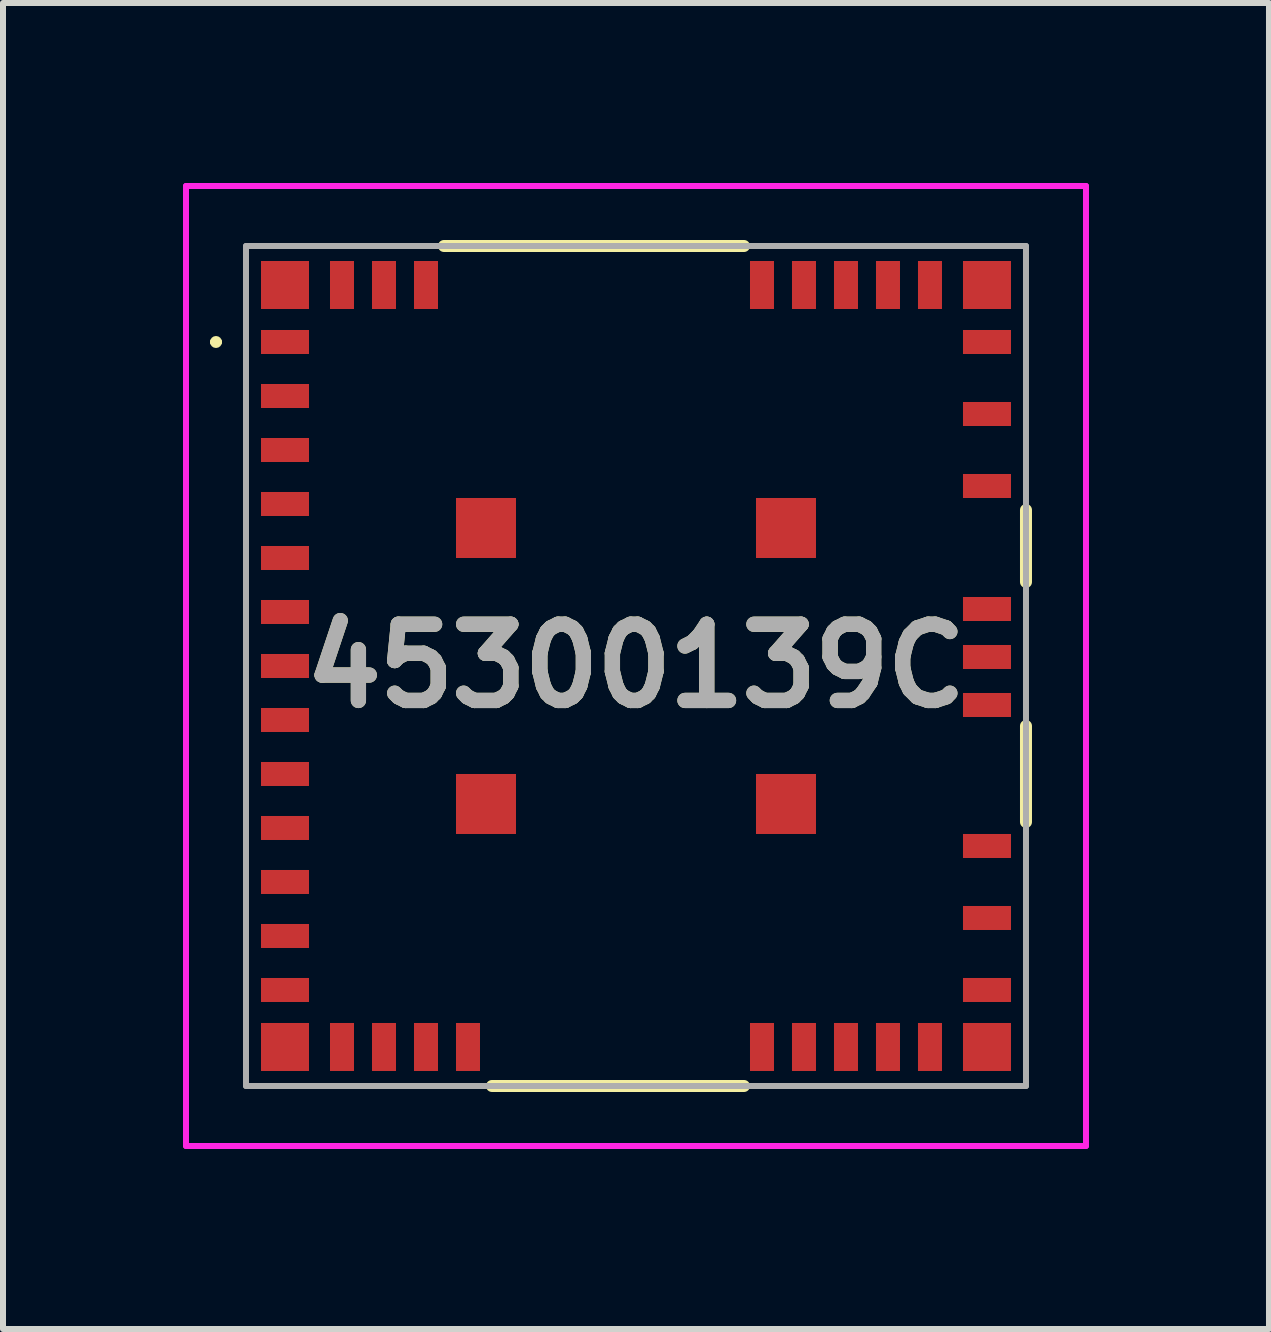
<source format=kicad_pcb>
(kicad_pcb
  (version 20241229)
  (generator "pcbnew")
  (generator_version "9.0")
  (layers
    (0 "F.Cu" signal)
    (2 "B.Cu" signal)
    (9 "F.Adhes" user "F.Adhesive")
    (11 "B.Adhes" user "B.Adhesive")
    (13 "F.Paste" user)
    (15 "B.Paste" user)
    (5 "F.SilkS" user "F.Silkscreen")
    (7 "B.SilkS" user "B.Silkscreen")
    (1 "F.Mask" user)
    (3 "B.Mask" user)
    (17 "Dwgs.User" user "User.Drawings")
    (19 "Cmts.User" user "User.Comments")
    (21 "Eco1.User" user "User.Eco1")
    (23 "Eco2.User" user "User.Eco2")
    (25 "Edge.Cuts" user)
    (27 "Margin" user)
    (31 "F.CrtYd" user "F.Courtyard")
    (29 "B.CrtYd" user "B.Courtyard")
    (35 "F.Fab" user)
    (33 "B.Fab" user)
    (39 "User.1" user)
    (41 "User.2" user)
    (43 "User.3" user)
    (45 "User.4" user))
  (footprint "45300139C"
    (layer "F.Cu")
    (at 7.55 8.05)
    (property "Reference" "45300139C" (at 0 0 0) (layer "F.SilkS") (effects (font (size 1.27 1.27) (thickness 0.254))))
    (attr smd)
    (fp_line (start -7.05 -5.4) (end -7.05 -5.4) (stroke (width 0.1) (type solid)) (layer "F.SilkS"))
    (fp_line (start -6.95 -5.4) (end -6.95 -5.4) (stroke (width 0.1) (type solid)) (layer "F.SilkS"))
    (fp_line (start -3.2 -7) (end 1.8 -7) (stroke (width 0.2) (type solid)) (layer "F.SilkS"))
    (fp_line (start 1.8 7) (end -2.4 7) (stroke (width 0.2) (type solid)) (layer "F.SilkS"))
    (fp_line (start 6.5 -2.6) (end 6.5 -1.4) (stroke (width 0.2) (type solid)) (layer "F.SilkS"))
    (fp_line (start 6.5 1) (end 6.5 2.6) (stroke (width 0.2) (type solid)) (layer "F.SilkS"))
    (fp_arc (start -7.05 -5.4) (mid -7 -5.45) (end -6.95 -5.4) (stroke (width 0.1) (type solid)) (layer "F.SilkS"))
    (fp_arc (start -6.95 -5.4) (mid -7 -5.35) (end -7.05 -5.4) (stroke (width 0.1) (type solid)) (layer "F.SilkS"))
    (fp_line (start -7.5 -8) (end 7.5 -8) (stroke (width 0.1) (type solid)) (layer "F.CrtYd"))
    (fp_line (start -7.5 8) (end -7.5 -8) (stroke (width 0.1) (type solid)) (layer "F.CrtYd"))
    (fp_line (start 7.5 -8) (end 7.5 8) (stroke (width 0.1) (type solid)) (layer "F.CrtYd"))
    (fp_line (start 7.5 8) (end -7.5 8) (stroke (width 0.1) (type solid)) (layer "F.CrtYd"))
    (fp_line (start -6.5 -7) (end 6.5 -7) (stroke (width 0.1) (type solid)) (layer "F.Fab"))
    (fp_line (start -6.5 7) (end -6.5 -7) (stroke (width 0.1) (type solid)) (layer "F.Fab"))
    (fp_line (start 6.5 -7) (end 6.5 7) (stroke (width 0.1) (type solid)) (layer "F.Fab"))
    (fp_line (start 6.5 7) (end -6.5 7) (stroke (width 0.1) (type solid)) (layer "F.Fab"))
    (fp_text user "${REFERENCE}" (at 0 0 0) (layer "F.Fab") (effects (font (size 1.27 1.27) (thickness 0.254))))
    (pad "1" smd rect (at -5.85 -5.4 90) (size 0.4 0.8) (layers "F.Cu" "F.Mask" "F.Paste"))
    (pad "2" smd rect (at -5.85 -4.5 90) (size 0.4 0.8) (layers "F.Cu" "F.Mask" "F.Paste"))
    (pad "3" smd rect (at -5.85 -3.6 90) (size 0.4 0.8) (layers "F.Cu" "F.Mask" "F.Paste"))
    (pad "4" smd rect (at -5.85 -2.7 90) (size 0.4 0.8) (layers "F.Cu" "F.Mask" "F.Paste"))
    (pad "5" smd rect (at -5.85 -1.8 90) (size 0.4 0.8) (layers "F.Cu" "F.Mask" "F.Paste"))
    (pad "6" smd rect (at -5.85 -0.9 90) (size 0.4 0.8) (layers "F.Cu" "F.Mask" "F.Paste"))
    (pad "7" smd rect (at -5.85 0 90) (size 0.4 0.8) (layers "F.Cu" "F.Mask" "F.Paste"))
    (pad "8" smd rect (at -5.85 0.9 90) (size 0.4 0.8) (layers "F.Cu" "F.Mask" "F.Paste"))
    (pad "9" smd rect (at -5.85 1.8 90) (size 0.4 0.8) (layers "F.Cu" "F.Mask" "F.Paste"))
    (pad "10" smd rect (at -5.85 2.7 90) (size 0.4 0.8) (layers "F.Cu" "F.Mask" "F.Paste"))
    (pad "11" smd rect (at -5.85 3.6 90) (size 0.4 0.8) (layers "F.Cu" "F.Mask" "F.Paste"))
    (pad "12" smd rect (at -5.85 4.5 90) (size 0.4 0.8) (layers "F.Cu" "F.Mask" "F.Paste"))
    (pad "13" smd rect (at -5.85 5.4 90) (size 0.4 0.8) (layers "F.Cu" "F.Mask" "F.Paste"))
    (pad "14" smd rect (at -4.9 6.35) (size 0.4 0.8) (layers "F.Cu" "F.Mask" "F.Paste"))
    (pad "15" smd rect (at -4.2 6.35) (size 0.4 0.8) (layers "F.Cu" "F.Mask" "F.Paste"))
    (pad "16" smd rect (at -3.5 6.35) (size 0.4 0.8) (layers "F.Cu" "F.Mask" "F.Paste"))
    (pad "17" smd rect (at -2.8 6.35) (size 0.4 0.8) (layers "F.Cu" "F.Mask" "F.Paste"))
    (pad "18" smd rect (at 2.1 6.35) (size 0.4 0.8) (layers "F.Cu" "F.Mask" "F.Paste"))
    (pad "19" smd rect (at 2.8 6.35) (size 0.4 0.8) (layers "F.Cu" "F.Mask" "F.Paste"))
    (pad "20" smd rect (at 3.5 6.35) (size 0.4 0.8) (layers "F.Cu" "F.Mask" "F.Paste"))
    (pad "21" smd rect (at 4.2 6.35) (size 0.4 0.8) (layers "F.Cu" "F.Mask" "F.Paste"))
    (pad "22" smd rect (at 4.9 6.35) (size 0.4 0.8) (layers "F.Cu" "F.Mask" "F.Paste"))
    (pad "23" smd rect (at 5.85 5.4 90) (size 0.4 0.8) (layers "F.Cu" "F.Mask" "F.Paste"))
    (pad "24" smd rect (at 5.85 4.2 90) (size 0.4 0.8) (layers "F.Cu" "F.Mask" "F.Paste"))
    (pad "25" smd rect (at 5.85 3 90) (size 0.4 0.8) (layers "F.Cu" "F.Mask" "F.Paste"))
    (pad "26" smd rect (at 5.85 0.65 90) (size 0.4 0.8) (layers "F.Cu" "F.Mask" "F.Paste"))
    (pad "27" smd rect (at 5.85 -0.15 90) (size 0.4 0.8) (layers "F.Cu" "F.Mask" "F.Paste"))
    (pad "28" smd rect (at 5.85 -0.95 90) (size 0.4 0.8) (layers "F.Cu" "F.Mask" "F.Paste"))
    (pad "29" smd rect (at 5.85 -3 90) (size 0.4 0.8) (layers "F.Cu" "F.Mask" "F.Paste"))
    (pad "30" smd rect (at 5.85 -4.2 90) (size 0.4 0.8) (layers "F.Cu" "F.Mask" "F.Paste"))
    (pad "31" smd rect (at 5.85 -5.4 90) (size 0.4 0.8) (layers "F.Cu" "F.Mask" "F.Paste"))
    (pad "32" smd rect (at 4.9 -6.35) (size 0.4 0.8) (layers "F.Cu" "F.Mask" "F.Paste"))
    (pad "33" smd rect (at 4.2 -6.35) (size 0.4 0.8) (layers "F.Cu" "F.Mask" "F.Paste"))
    (pad "34" smd rect (at 3.5 -6.35) (size 0.4 0.8) (layers "F.Cu" "F.Mask" "F.Paste"))
    (pad "35" smd rect (at 2.8 -6.35) (size 0.4 0.8) (layers "F.Cu" "F.Mask" "F.Paste"))
    (pad "36" smd rect (at 2.1 -6.35) (size 0.4 0.8) (layers "F.Cu" "F.Mask" "F.Paste"))
    (pad "37" smd rect (at -3.5 -6.35) (size 0.4 0.8) (layers "F.Cu" "F.Mask" "F.Paste"))
    (pad "38" smd rect (at -4.2 -6.35) (size 0.4 0.8) (layers "F.Cu" "F.Mask" "F.Paste"))
    (pad "39" smd rect (at -4.9 -6.35) (size 0.4 0.8) (layers "F.Cu" "F.Mask" "F.Paste"))
    (pad "40" smd rect (at -5.85 -6.35 90) (size 0.8 0.8) (layers "F.Cu" "F.Mask" "F.Paste"))
    (pad "41" smd rect (at -5.85 6.35 90) (size 0.8 0.8) (layers "F.Cu" "F.Mask" "F.Paste"))
    (pad "42" smd rect (at 5.85 6.35 90) (size 0.8 0.8) (layers "F.Cu" "F.Mask" "F.Paste"))
    (pad "43" smd rect (at 5.85 -6.35 90) (size 0.8 0.8) (layers "F.Cu" "F.Mask" "F.Paste"))
    (pad "44" smd rect (at 2.5 -2.3 90) (size 1 1) (layers "F.Cu" "F.Mask" "F.Paste"))
    (pad "45" smd rect (at -2.5 -2.3 90) (size 1 1) (layers "F.Cu" "F.Mask" "F.Paste"))
    (pad "46" smd rect (at 2.5 2.3 90) (size 1 1) (layers "F.Cu" "F.Mask" "F.Paste"))
    (pad "47" smd rect (at -2.5 2.3 90) (size 1 1) (layers "F.Cu" "F.Mask" "F.Paste")))
  (gr_rect
    (start -3 -3)
    (end 18.1 19.1)
    (stroke (width 0.1) (type default))
    (fill no)
    (layer "Edge.Cuts")))
</source>
